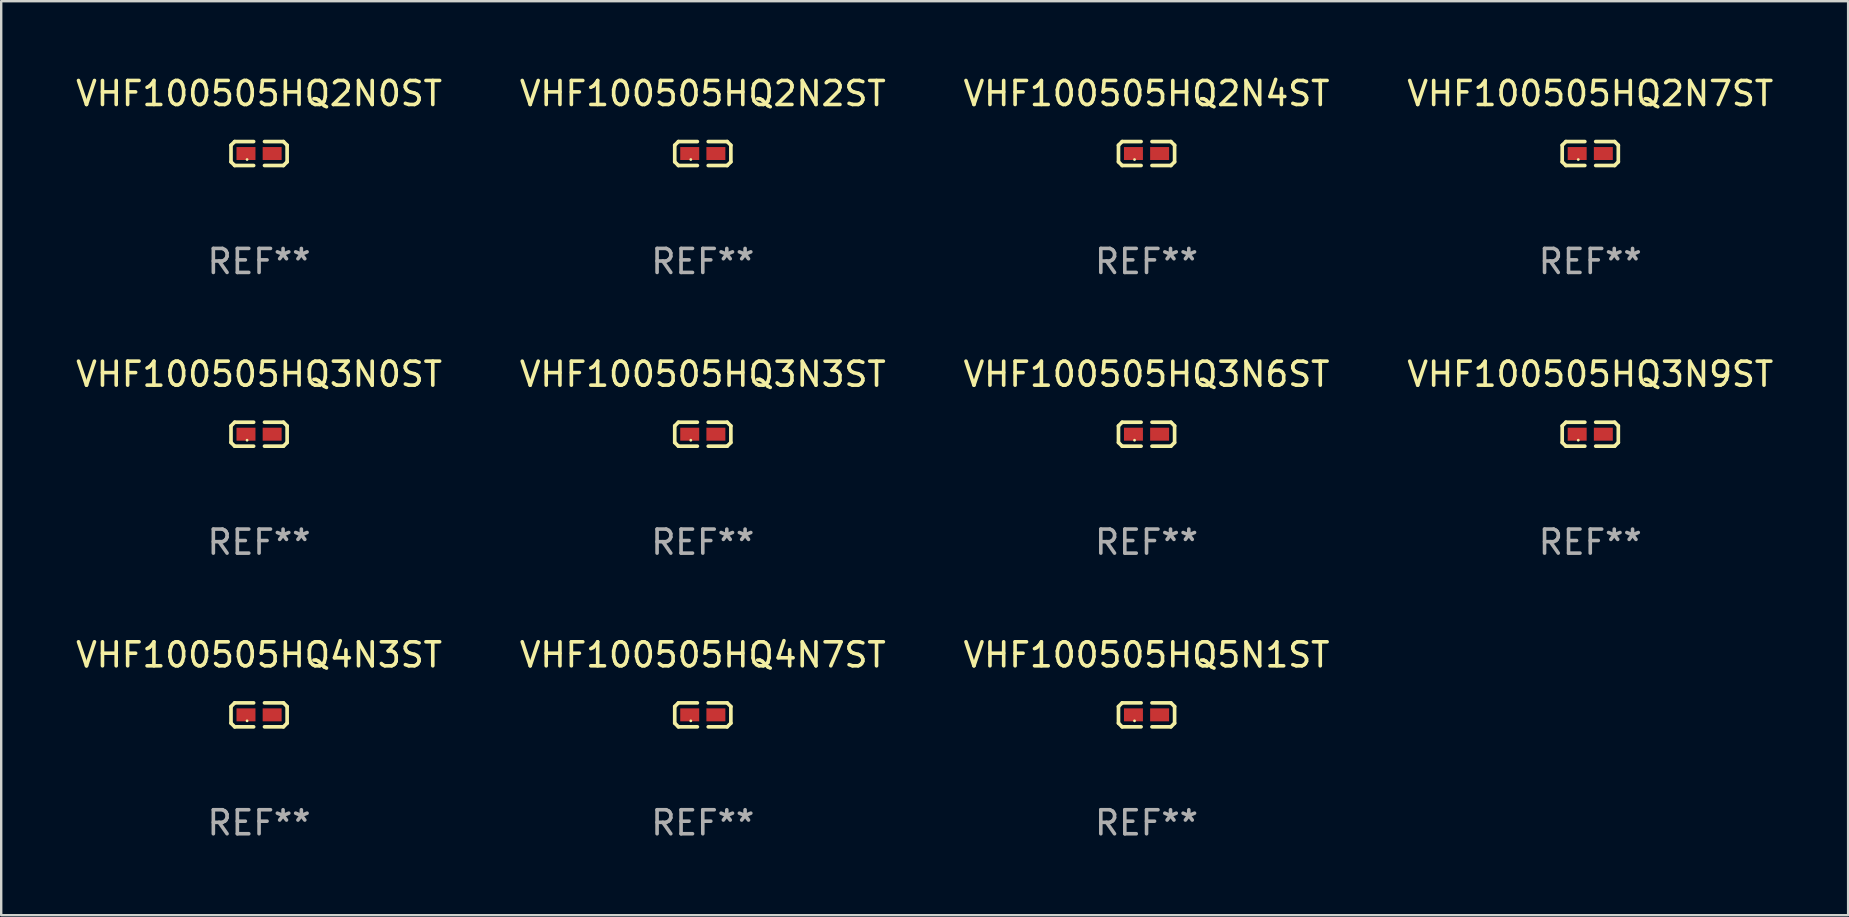
<source format=kicad_pcb>
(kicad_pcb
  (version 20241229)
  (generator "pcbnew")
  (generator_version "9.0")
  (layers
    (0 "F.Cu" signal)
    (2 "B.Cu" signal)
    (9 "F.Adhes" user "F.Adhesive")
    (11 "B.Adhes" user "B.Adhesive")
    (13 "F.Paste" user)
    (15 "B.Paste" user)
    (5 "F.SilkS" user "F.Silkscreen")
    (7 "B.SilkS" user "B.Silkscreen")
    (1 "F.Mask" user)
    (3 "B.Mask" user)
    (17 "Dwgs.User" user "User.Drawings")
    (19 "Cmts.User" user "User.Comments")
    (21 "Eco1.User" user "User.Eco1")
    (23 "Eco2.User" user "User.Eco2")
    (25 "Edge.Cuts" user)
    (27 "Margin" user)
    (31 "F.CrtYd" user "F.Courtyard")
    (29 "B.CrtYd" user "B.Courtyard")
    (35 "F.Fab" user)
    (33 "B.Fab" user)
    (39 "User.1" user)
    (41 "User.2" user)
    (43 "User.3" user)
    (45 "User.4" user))
  (footprint "VHF100505HQ3N9ST"
    (layer "F.Cu")
    (at 63.208 15.041)
    (property "Reference" "VHF100505HQ3N9ST" (at 0 -2.499 0) (layer "F.SilkS") (effects (font (size 1 1) (thickness 0.15))))
    (attr through_hole)
    (fp_line (start -1.169 -0.346) (end -1.016 -0.499) (stroke (width 0.152) (type solid)) (layer "F.SilkS"))
    (fp_line (start -1.169 0.346) (end -1.169 -0.346) (stroke (width 0.152) (type solid)) (layer "F.SilkS"))
    (fp_line (start -1.016 -0.499) (end -0.226 -0.499) (stroke (width 0.152) (type solid)) (layer "F.SilkS"))
    (fp_line (start -1.016 0.499) (end -1.169 0.346) (stroke (width 0.152) (type solid)) (layer "F.SilkS"))
    (fp_line (start -0.226 0.499) (end -1.016 0.499) (stroke (width 0.152) (type solid)) (layer "F.SilkS"))
    (fp_line (start 0.226 0.499) (end 1.016 0.499) (stroke (width 0.152) (type solid)) (layer "F.SilkS"))
    (fp_line (start 1.016 -0.499) (end 0.226 -0.499) (stroke (width 0.152) (type solid)) (layer "F.SilkS"))
    (fp_line (start 1.016 0.499) (end 1.169 0.346) (stroke (width 0.152) (type solid)) (layer "F.SilkS"))
    (fp_line (start 1.169 -0.346) (end 1.016 -0.499) (stroke (width 0.152) (type solid)) (layer "F.SilkS"))
    (fp_line (start 1.169 0.346) (end 1.169 -0.346) (stroke (width 0.152) (type solid)) (layer "F.SilkS"))
    (fp_circle (center -0.5 0.25) (end -0.47 0.25) (stroke (width 0.06) (type solid)) (fill no) (layer "F.SilkS"))
    (fp_text user "REF**" (at 0 4.499 0) (layer "F.Fab") (effects (font (size 1 1) (thickness 0.15))))
    (pad "1" smd rect (at -0.545 0) (size 0.79 0.54) (layers "F.Cu" "F.Mask" "F.Paste"))
    (pad "2" smd rect (at 0.545 0) (size 0.79 0.54) (layers "F.Cu" "F.Mask" "F.Paste")))
  (footprint "VHF100505HQ4N3ST"
    (layer "F.Cu")
    (at 7.744 26.734)
    (property "Reference" "VHF100505HQ4N3ST" (at 0 -2.499 0) (layer "F.SilkS") (effects (font (size 1 1) (thickness 0.15))))
    (attr through_hole)
    (fp_line (start -1.169 -0.346) (end -1.016 -0.499) (stroke (width 0.152) (type solid)) (layer "F.SilkS"))
    (fp_line (start -1.169 0.346) (end -1.169 -0.346) (stroke (width 0.152) (type solid)) (layer "F.SilkS"))
    (fp_line (start -1.016 -0.499) (end -0.226 -0.499) (stroke (width 0.152) (type solid)) (layer "F.SilkS"))
    (fp_line (start -1.016 0.499) (end -1.169 0.346) (stroke (width 0.152) (type solid)) (layer "F.SilkS"))
    (fp_line (start -0.226 0.499) (end -1.016 0.499) (stroke (width 0.152) (type solid)) (layer "F.SilkS"))
    (fp_line (start 0.226 0.499) (end 1.016 0.499) (stroke (width 0.152) (type solid)) (layer "F.SilkS"))
    (fp_line (start 1.016 -0.499) (end 0.226 -0.499) (stroke (width 0.152) (type solid)) (layer "F.SilkS"))
    (fp_line (start 1.016 0.499) (end 1.169 0.346) (stroke (width 0.152) (type solid)) (layer "F.SilkS"))
    (fp_line (start 1.169 -0.346) (end 1.016 -0.499) (stroke (width 0.152) (type solid)) (layer "F.SilkS"))
    (fp_line (start 1.169 0.346) (end 1.169 -0.346) (stroke (width 0.152) (type solid)) (layer "F.SilkS"))
    (fp_circle (center -0.5 0.25) (end -0.47 0.25) (stroke (width 0.06) (type solid)) (fill no) (layer "F.SilkS"))
    (fp_text user "REF**" (at 0 4.499 0) (layer "F.Fab") (effects (font (size 1 1) (thickness 0.15))))
    (pad "1" smd rect (at -0.545 0) (size 0.79 0.54) (layers "F.Cu" "F.Mask" "F.Paste"))
    (pad "2" smd rect (at 0.545 0) (size 0.79 0.54) (layers "F.Cu" "F.Mask" "F.Paste")))
  (footprint "VHF100505HQ2N7ST"
    (layer "F.Cu")
    (at 63.208 3.347)
    (property "Reference" "VHF100505HQ2N7ST" (at 0 -2.499 0) (layer "F.SilkS") (effects (font (size 1 1) (thickness 0.15))))
    (attr through_hole)
    (fp_line (start -1.169 -0.346) (end -1.016 -0.499) (stroke (width 0.152) (type solid)) (layer "F.SilkS"))
    (fp_line (start -1.169 0.346) (end -1.169 -0.346) (stroke (width 0.152) (type solid)) (layer "F.SilkS"))
    (fp_line (start -1.016 -0.499) (end -0.226 -0.499) (stroke (width 0.152) (type solid)) (layer "F.SilkS"))
    (fp_line (start -1.016 0.499) (end -1.169 0.346) (stroke (width 0.152) (type solid)) (layer "F.SilkS"))
    (fp_line (start -0.226 0.499) (end -1.016 0.499) (stroke (width 0.152) (type solid)) (layer "F.SilkS"))
    (fp_line (start 0.226 0.499) (end 1.016 0.499) (stroke (width 0.152) (type solid)) (layer "F.SilkS"))
    (fp_line (start 1.016 -0.499) (end 0.226 -0.499) (stroke (width 0.152) (type solid)) (layer "F.SilkS"))
    (fp_line (start 1.016 0.499) (end 1.169 0.346) (stroke (width 0.152) (type solid)) (layer "F.SilkS"))
    (fp_line (start 1.169 -0.346) (end 1.016 -0.499) (stroke (width 0.152) (type solid)) (layer "F.SilkS"))
    (fp_line (start 1.169 0.346) (end 1.169 -0.346) (stroke (width 0.152) (type solid)) (layer "F.SilkS"))
    (fp_circle (center -0.5 0.25) (end -0.47 0.25) (stroke (width 0.06) (type solid)) (fill no) (layer "F.SilkS"))
    (fp_text user "REF**" (at 0 4.499 0) (layer "F.Fab") (effects (font (size 1 1) (thickness 0.15))))
    (pad "1" smd rect (at -0.545 0) (size 0.79 0.54) (layers "F.Cu" "F.Mask" "F.Paste"))
    (pad "2" smd rect (at 0.545 0) (size 0.79 0.54) (layers "F.Cu" "F.Mask" "F.Paste")))
  (footprint "VHF100505HQ3N6ST"
    (layer "F.Cu")
    (at 44.72 15.041)
    (property "Reference" "VHF100505HQ3N6ST" (at 0 -2.499 0) (layer "F.SilkS") (effects (font (size 1 1) (thickness 0.15))))
    (attr through_hole)
    (fp_line (start -1.169 -0.346) (end -1.016 -0.499) (stroke (width 0.152) (type solid)) (layer "F.SilkS"))
    (fp_line (start -1.169 0.346) (end -1.169 -0.346) (stroke (width 0.152) (type solid)) (layer "F.SilkS"))
    (fp_line (start -1.016 -0.499) (end -0.226 -0.499) (stroke (width 0.152) (type solid)) (layer "F.SilkS"))
    (fp_line (start -1.016 0.499) (end -1.169 0.346) (stroke (width 0.152) (type solid)) (layer "F.SilkS"))
    (fp_line (start -0.226 0.499) (end -1.016 0.499) (stroke (width 0.152) (type solid)) (layer "F.SilkS"))
    (fp_line (start 0.226 0.499) (end 1.016 0.499) (stroke (width 0.152) (type solid)) (layer "F.SilkS"))
    (fp_line (start 1.016 -0.499) (end 0.226 -0.499) (stroke (width 0.152) (type solid)) (layer "F.SilkS"))
    (fp_line (start 1.016 0.499) (end 1.169 0.346) (stroke (width 0.152) (type solid)) (layer "F.SilkS"))
    (fp_line (start 1.169 -0.346) (end 1.016 -0.499) (stroke (width 0.152) (type solid)) (layer "F.SilkS"))
    (fp_line (start 1.169 0.346) (end 1.169 -0.346) (stroke (width 0.152) (type solid)) (layer "F.SilkS"))
    (fp_circle (center -0.5 0.25) (end -0.47 0.25) (stroke (width 0.06) (type solid)) (fill no) (layer "F.SilkS"))
    (fp_text user "REF**" (at 0 4.499 0) (layer "F.Fab") (effects (font (size 1 1) (thickness 0.15))))
    (pad "1" smd rect (at -0.545 0) (size 0.79 0.54) (layers "F.Cu" "F.Mask" "F.Paste"))
    (pad "2" smd rect (at 0.545 0) (size 0.79 0.54) (layers "F.Cu" "F.Mask" "F.Paste")))
  (footprint "VHF100505HQ2N0ST"
    (layer "F.Cu")
    (at 7.744 3.347)
    (property "Reference" "VHF100505HQ2N0ST" (at 0 -2.499 0) (layer "F.SilkS") (effects (font (size 1 1) (thickness 0.15))))
    (attr through_hole)
    (fp_line (start -1.169 -0.346) (end -1.016 -0.499) (stroke (width 0.152) (type solid)) (layer "F.SilkS"))
    (fp_line (start -1.169 0.346) (end -1.169 -0.346) (stroke (width 0.152) (type solid)) (layer "F.SilkS"))
    (fp_line (start -1.016 -0.499) (end -0.226 -0.499) (stroke (width 0.152) (type solid)) (layer "F.SilkS"))
    (fp_line (start -1.016 0.499) (end -1.169 0.346) (stroke (width 0.152) (type solid)) (layer "F.SilkS"))
    (fp_line (start -0.226 0.499) (end -1.016 0.499) (stroke (width 0.152) (type solid)) (layer "F.SilkS"))
    (fp_line (start 0.226 0.499) (end 1.016 0.499) (stroke (width 0.152) (type solid)) (layer "F.SilkS"))
    (fp_line (start 1.016 -0.499) (end 0.226 -0.499) (stroke (width 0.152) (type solid)) (layer "F.SilkS"))
    (fp_line (start 1.016 0.499) (end 1.169 0.346) (stroke (width 0.152) (type solid)) (layer "F.SilkS"))
    (fp_line (start 1.169 -0.346) (end 1.016 -0.499) (stroke (width 0.152) (type solid)) (layer "F.SilkS"))
    (fp_line (start 1.169 0.346) (end 1.169 -0.346) (stroke (width 0.152) (type solid)) (layer "F.SilkS"))
    (fp_circle (center -0.5 0.25) (end -0.47 0.25) (stroke (width 0.06) (type solid)) (fill no) (layer "F.SilkS"))
    (fp_text user "REF**" (at 0 4.499 0) (layer "F.Fab") (effects (font (size 1 1) (thickness 0.15))))
    (pad "1" smd rect (at -0.545 0) (size 0.79 0.54) (layers "F.Cu" "F.Mask" "F.Paste"))
    (pad "2" smd rect (at 0.545 0) (size 0.79 0.54) (layers "F.Cu" "F.Mask" "F.Paste")))
  (footprint "VHF100505HQ3N0ST"
    (layer "F.Cu")
    (at 7.744 15.041)
    (property "Reference" "VHF100505HQ3N0ST" (at 0 -2.499 0) (layer "F.SilkS") (effects (font (size 1 1) (thickness 0.15))))
    (attr through_hole)
    (fp_line (start -1.169 -0.346) (end -1.016 -0.499) (stroke (width 0.152) (type solid)) (layer "F.SilkS"))
    (fp_line (start -1.169 0.346) (end -1.169 -0.346) (stroke (width 0.152) (type solid)) (layer "F.SilkS"))
    (fp_line (start -1.016 -0.499) (end -0.226 -0.499) (stroke (width 0.152) (type solid)) (layer "F.SilkS"))
    (fp_line (start -1.016 0.499) (end -1.169 0.346) (stroke (width 0.152) (type solid)) (layer "F.SilkS"))
    (fp_line (start -0.226 0.499) (end -1.016 0.499) (stroke (width 0.152) (type solid)) (layer "F.SilkS"))
    (fp_line (start 0.226 0.499) (end 1.016 0.499) (stroke (width 0.152) (type solid)) (layer "F.SilkS"))
    (fp_line (start 1.016 -0.499) (end 0.226 -0.499) (stroke (width 0.152) (type solid)) (layer "F.SilkS"))
    (fp_line (start 1.016 0.499) (end 1.169 0.346) (stroke (width 0.152) (type solid)) (layer "F.SilkS"))
    (fp_line (start 1.169 -0.346) (end 1.016 -0.499) (stroke (width 0.152) (type solid)) (layer "F.SilkS"))
    (fp_line (start 1.169 0.346) (end 1.169 -0.346) (stroke (width 0.152) (type solid)) (layer "F.SilkS"))
    (fp_circle (center -0.5 0.25) (end -0.47 0.25) (stroke (width 0.06) (type solid)) (fill no) (layer "F.SilkS"))
    (fp_text user "REF**" (at 0 4.499 0) (layer "F.Fab") (effects (font (size 1 1) (thickness 0.15))))
    (pad "1" smd rect (at -0.545 0) (size 0.79 0.54) (layers "F.Cu" "F.Mask" "F.Paste"))
    (pad "2" smd rect (at 0.545 0) (size 0.79 0.54) (layers "F.Cu" "F.Mask" "F.Paste")))
  (footprint "VHF100505HQ2N2ST"
    (layer "F.Cu")
    (at 26.232 3.347)
    (property "Reference" "VHF100505HQ2N2ST" (at 0 -2.499 0) (layer "F.SilkS") (effects (font (size 1 1) (thickness 0.15))))
    (attr through_hole)
    (fp_line (start -1.169 -0.346) (end -1.016 -0.499) (stroke (width 0.152) (type solid)) (layer "F.SilkS"))
    (fp_line (start -1.169 0.346) (end -1.169 -0.346) (stroke (width 0.152) (type solid)) (layer "F.SilkS"))
    (fp_line (start -1.016 -0.499) (end -0.226 -0.499) (stroke (width 0.152) (type solid)) (layer "F.SilkS"))
    (fp_line (start -1.016 0.499) (end -1.169 0.346) (stroke (width 0.152) (type solid)) (layer "F.SilkS"))
    (fp_line (start -0.226 0.499) (end -1.016 0.499) (stroke (width 0.152) (type solid)) (layer "F.SilkS"))
    (fp_line (start 0.226 0.499) (end 1.016 0.499) (stroke (width 0.152) (type solid)) (layer "F.SilkS"))
    (fp_line (start 1.016 -0.499) (end 0.226 -0.499) (stroke (width 0.152) (type solid)) (layer "F.SilkS"))
    (fp_line (start 1.016 0.499) (end 1.169 0.346) (stroke (width 0.152) (type solid)) (layer "F.SilkS"))
    (fp_line (start 1.169 -0.346) (end 1.016 -0.499) (stroke (width 0.152) (type solid)) (layer "F.SilkS"))
    (fp_line (start 1.169 0.346) (end 1.169 -0.346) (stroke (width 0.152) (type solid)) (layer "F.SilkS"))
    (fp_circle (center -0.5 0.25) (end -0.47 0.25) (stroke (width 0.06) (type solid)) (fill no) (layer "F.SilkS"))
    (fp_text user "REF**" (at 0 4.499 0) (layer "F.Fab") (effects (font (size 1 1) (thickness 0.15))))
    (pad "1" smd rect (at -0.545 0) (size 0.79 0.54) (layers "F.Cu" "F.Mask" "F.Paste"))
    (pad "2" smd rect (at 0.545 0) (size 0.79 0.54) (layers "F.Cu" "F.Mask" "F.Paste")))
  (footprint "VHF100505HQ2N4ST"
    (layer "F.Cu")
    (at 44.72 3.347)
    (property "Reference" "VHF100505HQ2N4ST" (at 0 -2.499 0) (layer "F.SilkS") (effects (font (size 1 1) (thickness 0.15))))
    (attr through_hole)
    (fp_line (start -1.169 -0.346) (end -1.016 -0.499) (stroke (width 0.152) (type solid)) (layer "F.SilkS"))
    (fp_line (start -1.169 0.346) (end -1.169 -0.346) (stroke (width 0.152) (type solid)) (layer "F.SilkS"))
    (fp_line (start -1.016 -0.499) (end -0.226 -0.499) (stroke (width 0.152) (type solid)) (layer "F.SilkS"))
    (fp_line (start -1.016 0.499) (end -1.169 0.346) (stroke (width 0.152) (type solid)) (layer "F.SilkS"))
    (fp_line (start -0.226 0.499) (end -1.016 0.499) (stroke (width 0.152) (type solid)) (layer "F.SilkS"))
    (fp_line (start 0.226 0.499) (end 1.016 0.499) (stroke (width 0.152) (type solid)) (layer "F.SilkS"))
    (fp_line (start 1.016 -0.499) (end 0.226 -0.499) (stroke (width 0.152) (type solid)) (layer "F.SilkS"))
    (fp_line (start 1.016 0.499) (end 1.169 0.346) (stroke (width 0.152) (type solid)) (layer "F.SilkS"))
    (fp_line (start 1.169 -0.346) (end 1.016 -0.499) (stroke (width 0.152) (type solid)) (layer "F.SilkS"))
    (fp_line (start 1.169 0.346) (end 1.169 -0.346) (stroke (width 0.152) (type solid)) (layer "F.SilkS"))
    (fp_circle (center -0.5 0.25) (end -0.47 0.25) (stroke (width 0.06) (type solid)) (fill no) (layer "F.SilkS"))
    (fp_text user "REF**" (at 0 4.499 0) (layer "F.Fab") (effects (font (size 1 1) (thickness 0.15))))
    (pad "1" smd rect (at -0.545 0) (size 0.79 0.54) (layers "F.Cu" "F.Mask" "F.Paste"))
    (pad "2" smd rect (at 0.545 0) (size 0.79 0.54) (layers "F.Cu" "F.Mask" "F.Paste")))
  (footprint "VHF100505HQ4N7ST"
    (layer "F.Cu")
    (at 26.232 26.734)
    (property "Reference" "VHF100505HQ4N7ST" (at 0 -2.499 0) (layer "F.SilkS") (effects (font (size 1 1) (thickness 0.15))))
    (attr through_hole)
    (fp_line (start -1.169 -0.346) (end -1.016 -0.499) (stroke (width 0.152) (type solid)) (layer "F.SilkS"))
    (fp_line (start -1.169 0.346) (end -1.169 -0.346) (stroke (width 0.152) (type solid)) (layer "F.SilkS"))
    (fp_line (start -1.016 -0.499) (end -0.226 -0.499) (stroke (width 0.152) (type solid)) (layer "F.SilkS"))
    (fp_line (start -1.016 0.499) (end -1.169 0.346) (stroke (width 0.152) (type solid)) (layer "F.SilkS"))
    (fp_line (start -0.226 0.499) (end -1.016 0.499) (stroke (width 0.152) (type solid)) (layer "F.SilkS"))
    (fp_line (start 0.226 0.499) (end 1.016 0.499) (stroke (width 0.152) (type solid)) (layer "F.SilkS"))
    (fp_line (start 1.016 -0.499) (end 0.226 -0.499) (stroke (width 0.152) (type solid)) (layer "F.SilkS"))
    (fp_line (start 1.016 0.499) (end 1.169 0.346) (stroke (width 0.152) (type solid)) (layer "F.SilkS"))
    (fp_line (start 1.169 -0.346) (end 1.016 -0.499) (stroke (width 0.152) (type solid)) (layer "F.SilkS"))
    (fp_line (start 1.169 0.346) (end 1.169 -0.346) (stroke (width 0.152) (type solid)) (layer "F.SilkS"))
    (fp_circle (center -0.5 0.25) (end -0.47 0.25) (stroke (width 0.06) (type solid)) (fill no) (layer "F.SilkS"))
    (fp_text user "REF**" (at 0 4.499 0) (layer "F.Fab") (effects (font (size 1 1) (thickness 0.15))))
    (pad "1" smd rect (at -0.545 0) (size 0.79 0.54) (layers "F.Cu" "F.Mask" "F.Paste"))
    (pad "2" smd rect (at 0.545 0) (size 0.79 0.54) (layers "F.Cu" "F.Mask" "F.Paste")))
  (footprint "VHF100505HQ5N1ST"
    (layer "F.Cu")
    (at 44.72 26.734)
    (property "Reference" "VHF100505HQ5N1ST" (at 0 -2.499 0) (layer "F.SilkS") (effects (font (size 1 1) (thickness 0.15))))
    (attr through_hole)
    (fp_line (start -1.169 -0.346) (end -1.016 -0.499) (stroke (width 0.152) (type solid)) (layer "F.SilkS"))
    (fp_line (start -1.169 0.346) (end -1.169 -0.346) (stroke (width 0.152) (type solid)) (layer "F.SilkS"))
    (fp_line (start -1.016 -0.499) (end -0.226 -0.499) (stroke (width 0.152) (type solid)) (layer "F.SilkS"))
    (fp_line (start -1.016 0.499) (end -1.169 0.346) (stroke (width 0.152) (type solid)) (layer "F.SilkS"))
    (fp_line (start -0.226 0.499) (end -1.016 0.499) (stroke (width 0.152) (type solid)) (layer "F.SilkS"))
    (fp_line (start 0.226 0.499) (end 1.016 0.499) (stroke (width 0.152) (type solid)) (layer "F.SilkS"))
    (fp_line (start 1.016 -0.499) (end 0.226 -0.499) (stroke (width 0.152) (type solid)) (layer "F.SilkS"))
    (fp_line (start 1.016 0.499) (end 1.169 0.346) (stroke (width 0.152) (type solid)) (layer "F.SilkS"))
    (fp_line (start 1.169 -0.346) (end 1.016 -0.499) (stroke (width 0.152) (type solid)) (layer "F.SilkS"))
    (fp_line (start 1.169 0.346) (end 1.169 -0.346) (stroke (width 0.152) (type solid)) (layer "F.SilkS"))
    (fp_circle (center -0.5 0.25) (end -0.47 0.25) (stroke (width 0.06) (type solid)) (fill no) (layer "F.SilkS"))
    (fp_text user "REF**" (at 0 4.499 0) (layer "F.Fab") (effects (font (size 1 1) (thickness 0.15))))
    (pad "1" smd rect (at -0.545 0) (size 0.79 0.54) (layers "F.Cu" "F.Mask" "F.Paste"))
    (pad "2" smd rect (at 0.545 0) (size 0.79 0.54) (layers "F.Cu" "F.Mask" "F.Paste")))
  (footprint "VHF100505HQ3N3ST"
    (layer "F.Cu")
    (at 26.232 15.041)
    (property "Reference" "VHF100505HQ3N3ST" (at 0 -2.499 0) (layer "F.SilkS") (effects (font (size 1 1) (thickness 0.15))))
    (attr through_hole)
    (fp_line (start -1.169 -0.346) (end -1.016 -0.499) (stroke (width 0.152) (type solid)) (layer "F.SilkS"))
    (fp_line (start -1.169 0.346) (end -1.169 -0.346) (stroke (width 0.152) (type solid)) (layer "F.SilkS"))
    (fp_line (start -1.016 -0.499) (end -0.226 -0.499) (stroke (width 0.152) (type solid)) (layer "F.SilkS"))
    (fp_line (start -1.016 0.499) (end -1.169 0.346) (stroke (width 0.152) (type solid)) (layer "F.SilkS"))
    (fp_line (start -0.226 0.499) (end -1.016 0.499) (stroke (width 0.152) (type solid)) (layer "F.SilkS"))
    (fp_line (start 0.226 0.499) (end 1.016 0.499) (stroke (width 0.152) (type solid)) (layer "F.SilkS"))
    (fp_line (start 1.016 -0.499) (end 0.226 -0.499) (stroke (width 0.152) (type solid)) (layer "F.SilkS"))
    (fp_line (start 1.016 0.499) (end 1.169 0.346) (stroke (width 0.152) (type solid)) (layer "F.SilkS"))
    (fp_line (start 1.169 -0.346) (end 1.016 -0.499) (stroke (width 0.152) (type solid)) (layer "F.SilkS"))
    (fp_line (start 1.169 0.346) (end 1.169 -0.346) (stroke (width 0.152) (type solid)) (layer "F.SilkS"))
    (fp_circle (center -0.5 0.25) (end -0.47 0.25) (stroke (width 0.06) (type solid)) (fill no) (layer "F.SilkS"))
    (fp_text user "REF**" (at 0 4.499 0) (layer "F.Fab") (effects (font (size 1 1) (thickness 0.15))))
    (pad "1" smd rect (at -0.545 0) (size 0.79 0.54) (layers "F.Cu" "F.Mask" "F.Paste"))
    (pad "2" smd rect (at 0.545 0) (size 0.79 0.54) (layers "F.Cu" "F.Mask" "F.Paste")))
  (gr_rect
    (start -3 -3)
    (end 73.952 35.081)
    (stroke (width 0.1) (type default))
    (fill no)
    (layer "Edge.Cuts")))
</source>
